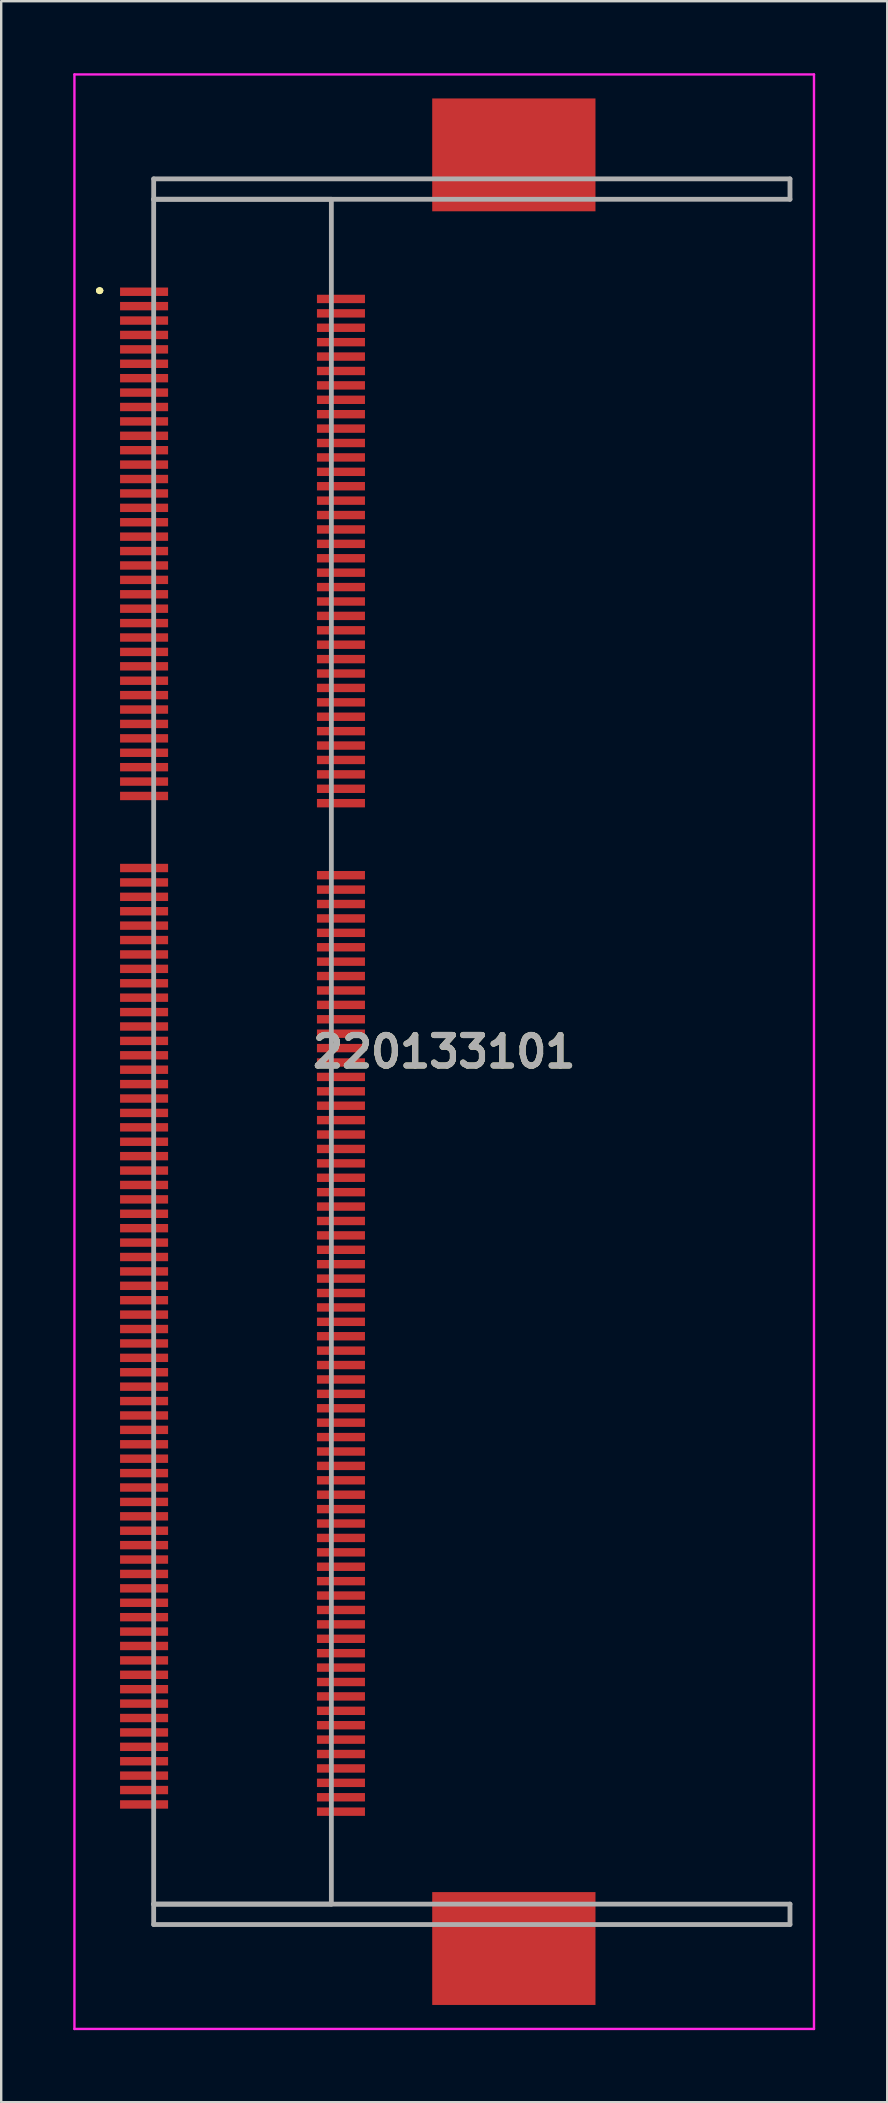
<source format=kicad_pcb>
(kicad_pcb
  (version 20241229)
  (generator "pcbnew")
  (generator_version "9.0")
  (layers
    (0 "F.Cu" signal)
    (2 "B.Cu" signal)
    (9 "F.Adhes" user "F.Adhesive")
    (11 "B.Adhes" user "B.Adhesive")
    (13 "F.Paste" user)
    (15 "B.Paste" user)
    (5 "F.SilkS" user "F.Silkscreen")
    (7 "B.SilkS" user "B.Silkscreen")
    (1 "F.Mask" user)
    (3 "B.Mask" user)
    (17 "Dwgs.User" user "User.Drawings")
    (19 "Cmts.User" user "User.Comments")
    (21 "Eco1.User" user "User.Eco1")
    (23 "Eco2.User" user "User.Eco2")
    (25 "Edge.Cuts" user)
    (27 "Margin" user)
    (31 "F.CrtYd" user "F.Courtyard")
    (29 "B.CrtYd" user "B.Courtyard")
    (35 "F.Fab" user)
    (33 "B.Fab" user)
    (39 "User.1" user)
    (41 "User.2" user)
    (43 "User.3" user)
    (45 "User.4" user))
  (footprint "220133101"
    (layer "F.Cu")
    (at 7.05 40.75)
    (property "Reference" "220133101" (at 8.4 0 0) (layer "F.SilkS") (effects (font (size 1.27 1.27) (thickness 0.254))))
    (attr through_hole)
    (fp_line (start -6 -31.7) (end -6 -31.7) (stroke (width 0.2) (type solid)) (layer "F.SilkS"))
    (fp_line (start -6 -31.7) (end -6 -31.7) (stroke (width 0.2) (type solid)) (layer "F.SilkS"))
    (fp_line (start -5.9 -31.7) (end -5.9 -31.7) (stroke (width 0.2) (type solid)) (layer "F.SilkS"))
    (fp_arc (start -6 -31.7) (mid -5.95 -31.75) (end -5.9 -31.7) (stroke (width 0.2) (type solid)) (layer "F.SilkS"))
    (fp_arc (start -5.9 -31.7) (mid -5.95 -31.65) (end -6 -31.7) (stroke (width 0.2) (type solid)) (layer "F.SilkS"))
    (fp_arc (start -5.9 -31.7) (mid -5.95 -31.65) (end -6 -31.7) (stroke (width 0.2) (type solid)) (layer "F.SilkS"))
    (fp_line (start -7 -40.7) (end 23.8 -40.7) (stroke (width 0.1) (type solid)) (layer "F.CrtYd"))
    (fp_line (start -7 40.7) (end -7 -40.7) (stroke (width 0.1) (type solid)) (layer "F.CrtYd"))
    (fp_line (start 23.8 -40.7) (end 23.8 40.7) (stroke (width 0.1) (type solid)) (layer "F.CrtYd"))
    (fp_line (start 23.8 40.7) (end -7 40.7) (stroke (width 0.1) (type solid)) (layer "F.CrtYd"))
    (fp_line (start -3.7 -36.35) (end -3.7 -35.5) (stroke (width 0.2) (type solid)) (layer "F.Fab"))
    (fp_line (start -3.7 -35.5) (end -3.7 35.5) (stroke (width 0.2) (type solid)) (layer "F.Fab"))
    (fp_line (start -3.7 -35.5) (end 22.8 -35.5) (stroke (width 0.2) (type solid)) (layer "F.Fab"))
    (fp_line (start -3.7 35.5) (end 3.7 35.5) (stroke (width 0.2) (type solid)) (layer "F.Fab"))
    (fp_line (start -3.7 35.5) (end 22.8 35.5) (stroke (width 0.2) (type solid)) (layer "F.Fab"))
    (fp_line (start -3.7 36.35) (end -3.7 35.5) (stroke (width 0.2) (type solid)) (layer "F.Fab"))
    (fp_line (start 3.7 -35.5) (end -3.7 -35.5) (stroke (width 0.2) (type solid)) (layer "F.Fab"))
    (fp_line (start 3.7 35.5) (end 3.7 -35.5) (stroke (width 0.2) (type solid)) (layer "F.Fab"))
    (fp_line (start 22.8 -36.35) (end -3.7 -36.35) (stroke (width 0.2) (type solid)) (layer "F.Fab"))
    (fp_line (start 22.8 -35.5) (end 22.8 -36.35) (stroke (width 0.2) (type solid)) (layer "F.Fab"))
    (fp_line (start 22.8 35.5) (end 22.8 36.35) (stroke (width 0.2) (type solid)) (layer "F.Fab"))
    (fp_line (start 22.8 36.35) (end -3.7 36.35) (stroke (width 0.2) (type solid)) (layer "F.Fab"))
    (fp_text user "${REFERENCE}" (at 8.4 0 0) (layer "F.Fab") (effects (font (size 1.27 1.27) (thickness 0.254))))
    (pad "" np_thru_hole circle (at 0 -33.4) (size 0.001 0.001) (drill 1.65) (layers "*.Cu" "*.Mask"))
    (pad "" np_thru_hole circle (at 0 33.4) (size 0.001 0.001) (drill 1.65) (layers "*.Cu" "*.Mask"))
    (pad "1" smd rect (at -4.1 -31.65 90) (size 0.35 2) (layers "F.Cu" "F.Mask" "F.Paste"))
    (pad "2" smd rect (at 4.1 -31.35 90) (size 0.35 2) (layers "F.Cu" "F.Mask" "F.Paste"))
    (pad "3" smd rect (at -4.1 -31.05 90) (size 0.35 2) (layers "F.Cu" "F.Mask" "F.Paste"))
    (pad "4" smd rect (at 4.1 -30.75 90) (size 0.35 2) (layers "F.Cu" "F.Mask" "F.Paste"))
    (pad "5" smd rect (at -4.1 -30.45 90) (size 0.35 2) (layers "F.Cu" "F.Mask" "F.Paste"))
    (pad "6" smd rect (at 4.1 -30.15 90) (size 0.35 2) (layers "F.Cu" "F.Mask" "F.Paste"))
    (pad "7" smd rect (at -4.1 -29.85 90) (size 0.35 2) (layers "F.Cu" "F.Mask" "F.Paste"))
    (pad "8" smd rect (at 4.1 -29.55 90) (size 0.35 2) (layers "F.Cu" "F.Mask" "F.Paste"))
    (pad "9" smd rect (at -4.1 -29.25 90) (size 0.35 2) (layers "F.Cu" "F.Mask" "F.Paste"))
    (pad "10" smd rect (at 4.1 -28.95 90) (size 0.35 2) (layers "F.Cu" "F.Mask" "F.Paste"))
    (pad "11" smd rect (at -4.1 -28.65 90) (size 0.35 2) (layers "F.Cu" "F.Mask" "F.Paste"))
    (pad "12" smd rect (at 4.1 -28.35 90) (size 0.35 2) (layers "F.Cu" "F.Mask" "F.Paste"))
    (pad "13" smd rect (at -4.1 -28.05 90) (size 0.35 2) (layers "F.Cu" "F.Mask" "F.Paste"))
    (pad "14" smd rect (at 4.1 -27.75 90) (size 0.35 2) (layers "F.Cu" "F.Mask" "F.Paste"))
    (pad "15" smd rect (at -4.1 -27.45 90) (size 0.35 2) (layers "F.Cu" "F.Mask" "F.Paste"))
    (pad "16" smd rect (at 4.1 -27.15 90) (size 0.35 2) (layers "F.Cu" "F.Mask" "F.Paste"))
    (pad "17" smd rect (at -4.1 -26.85 90) (size 0.35 2) (layers "F.Cu" "F.Mask" "F.Paste"))
    (pad "18" smd rect (at 4.1 -26.55 90) (size 0.35 2) (layers "F.Cu" "F.Mask" "F.Paste"))
    (pad "19" smd rect (at -4.1 -26.25 90) (size 0.35 2) (layers "F.Cu" "F.Mask" "F.Paste"))
    (pad "20" smd rect (at 4.1 -25.95 90) (size 0.35 2) (layers "F.Cu" "F.Mask" "F.Paste"))
    (pad "21" smd rect (at -4.1 -25.65 90) (size 0.35 2) (layers "F.Cu" "F.Mask" "F.Paste"))
    (pad "22" smd rect (at 4.1 -25.35 90) (size 0.35 2) (layers "F.Cu" "F.Mask" "F.Paste"))
    (pad "23" smd rect (at -4.1 -25.05 90) (size 0.35 2) (layers "F.Cu" "F.Mask" "F.Paste"))
    (pad "24" smd rect (at 4.1 -24.75 90) (size 0.35 2) (layers "F.Cu" "F.Mask" "F.Paste"))
    (pad "25" smd rect (at -4.1 -24.45 90) (size 0.35 2) (layers "F.Cu" "F.Mask" "F.Paste"))
    (pad "26" smd rect (at 4.1 -24.15 90) (size 0.35 2) (layers "F.Cu" "F.Mask" "F.Paste"))
    (pad "27" smd rect (at -4.1 -23.85 90) (size 0.35 2) (layers "F.Cu" "F.Mask" "F.Paste"))
    (pad "28" smd rect (at 4.1 -23.55 90) (size 0.35 2) (layers "F.Cu" "F.Mask" "F.Paste"))
    (pad "29" smd rect (at -4.1 -23.25 90) (size 0.35 2) (layers "F.Cu" "F.Mask" "F.Paste"))
    (pad "30" smd rect (at 4.1 -22.95 90) (size 0.35 2) (layers "F.Cu" "F.Mask" "F.Paste"))
    (pad "31" smd rect (at -4.1 -22.65 90) (size 0.35 2) (layers "F.Cu" "F.Mask" "F.Paste"))
    (pad "32" smd rect (at 4.1 -22.35 90) (size 0.35 2) (layers "F.Cu" "F.Mask" "F.Paste"))
    (pad "33" smd rect (at -4.1 -22.05 90) (size 0.35 2) (layers "F.Cu" "F.Mask" "F.Paste"))
    (pad "34" smd rect (at 4.1 -21.75 90) (size 0.35 2) (layers "F.Cu" "F.Mask" "F.Paste"))
    (pad "35" smd rect (at -4.1 -21.45 90) (size 0.35 2) (layers "F.Cu" "F.Mask" "F.Paste"))
    (pad "36" smd rect (at 4.1 -21.15 90) (size 0.35 2) (layers "F.Cu" "F.Mask" "F.Paste"))
    (pad "37" smd rect (at -4.1 -20.85 90) (size 0.35 2) (layers "F.Cu" "F.Mask" "F.Paste"))
    (pad "38" smd rect (at 4.1 -20.55 90) (size 0.35 2) (layers "F.Cu" "F.Mask" "F.Paste"))
    (pad "39" smd rect (at -4.1 -20.25 90) (size 0.35 2) (layers "F.Cu" "F.Mask" "F.Paste"))
    (pad "40" smd rect (at 4.1 -19.95 90) (size 0.35 2) (layers "F.Cu" "F.Mask" "F.Paste"))
    (pad "41" smd rect (at -4.1 -19.65 90) (size 0.35 2) (layers "F.Cu" "F.Mask" "F.Paste"))
    (pad "42" smd rect (at 4.1 -19.35 90) (size 0.35 2) (layers "F.Cu" "F.Mask" "F.Paste"))
    (pad "43" smd rect (at -4.1 -19.05 90) (size 0.35 2) (layers "F.Cu" "F.Mask" "F.Paste"))
    (pad "44" smd rect (at 4.1 -18.75 90) (size 0.35 2) (layers "F.Cu" "F.Mask" "F.Paste"))
    (pad "45" smd rect (at -4.1 -18.45 90) (size 0.35 2) (layers "F.Cu" "F.Mask" "F.Paste"))
    (pad "46" smd rect (at 4.1 -18.15 90) (size 0.35 2) (layers "F.Cu" "F.Mask" "F.Paste"))
    (pad "47" smd rect (at -4.1 -17.85 90) (size 0.35 2) (layers "F.Cu" "F.Mask" "F.Paste"))
    (pad "48" smd rect (at 4.1 -17.55 90) (size 0.35 2) (layers "F.Cu" "F.Mask" "F.Paste"))
    (pad "49" smd rect (at -4.1 -17.25 90) (size 0.35 2) (layers "F.Cu" "F.Mask" "F.Paste"))
    (pad "50" smd rect (at 4.1 -16.95 90) (size 0.35 2) (layers "F.Cu" "F.Mask" "F.Paste"))
    (pad "51" smd rect (at -4.1 -16.65 90) (size 0.35 2) (layers "F.Cu" "F.Mask" "F.Paste"))
    (pad "52" smd rect (at 4.1 -16.35 90) (size 0.35 2) (layers "F.Cu" "F.Mask" "F.Paste"))
    (pad "53" smd rect (at -4.1 -16.05 90) (size 0.35 2) (layers "F.Cu" "F.Mask" "F.Paste"))
    (pad "54" smd rect (at 4.1 -15.75 90) (size 0.35 2) (layers "F.Cu" "F.Mask" "F.Paste"))
    (pad "55" smd rect (at -4.1 -15.45 90) (size 0.35 2) (layers "F.Cu" "F.Mask" "F.Paste"))
    (pad "56" smd rect (at 4.1 -15.15 90) (size 0.35 2) (layers "F.Cu" "F.Mask" "F.Paste"))
    (pad "57" smd rect (at -4.1 -14.85 90) (size 0.35 2) (layers "F.Cu" "F.Mask" "F.Paste"))
    (pad "58" smd rect (at 4.1 -14.55 90) (size 0.35 2) (layers "F.Cu" "F.Mask" "F.Paste"))
    (pad "59" smd rect (at -4.1 -14.25 90) (size 0.35 2) (layers "F.Cu" "F.Mask" "F.Paste"))
    (pad "60" smd rect (at 4.1 -13.95 90) (size 0.35 2) (layers "F.Cu" "F.Mask" "F.Paste"))
    (pad "61" smd rect (at -4.1 -13.65 90) (size 0.35 2) (layers "F.Cu" "F.Mask" "F.Paste"))
    (pad "62" smd rect (at 4.1 -13.35 90) (size 0.35 2) (layers "F.Cu" "F.Mask" "F.Paste"))
    (pad "63" smd rect (at -4.1 -13.05 90) (size 0.35 2) (layers "F.Cu" "F.Mask" "F.Paste"))
    (pad "64" smd rect (at 4.1 -12.75 90) (size 0.35 2) (layers "F.Cu" "F.Mask" "F.Paste"))
    (pad "65" smd rect (at -4.1 -12.45 90) (size 0.35 2) (layers "F.Cu" "F.Mask" "F.Paste"))
    (pad "66" smd rect (at 4.1 -12.15 90) (size 0.35 2) (layers "F.Cu" "F.Mask" "F.Paste"))
    (pad "67" smd rect (at -4.1 -11.85 90) (size 0.35 2) (layers "F.Cu" "F.Mask" "F.Paste"))
    (pad "68" smd rect (at 4.1 -11.55 90) (size 0.35 2) (layers "F.Cu" "F.Mask" "F.Paste"))
    (pad "69" smd rect (at -4.1 -11.25 90) (size 0.35 2) (layers "F.Cu" "F.Mask" "F.Paste"))
    (pad "70" smd rect (at 4.1 -10.95 90) (size 0.35 2) (layers "F.Cu" "F.Mask" "F.Paste"))
    (pad "71" smd rect (at -4.1 -10.65 90) (size 0.35 2) (layers "F.Cu" "F.Mask" "F.Paste"))
    (pad "72" smd rect (at 4.1 -10.35 90) (size 0.35 2) (layers "F.Cu" "F.Mask" "F.Paste"))
    (pad "73" smd rect (at -4.1 -7.65 90) (size 0.35 2) (layers "F.Cu" "F.Mask" "F.Paste"))
    (pad "74" smd rect (at 4.1 -7.35 90) (size 0.35 2) (layers "F.Cu" "F.Mask" "F.Paste"))
    (pad "75" smd rect (at -4.1 -7.05 90) (size 0.35 2) (layers "F.Cu" "F.Mask" "F.Paste"))
    (pad "76" smd rect (at 4.1 -6.75 90) (size 0.35 2) (layers "F.Cu" "F.Mask" "F.Paste"))
    (pad "77" smd rect (at -4.1 -6.45 90) (size 0.35 2) (layers "F.Cu" "F.Mask" "F.Paste"))
    (pad "78" smd rect (at 4.1 -6.15 90) (size 0.35 2) (layers "F.Cu" "F.Mask" "F.Paste"))
    (pad "79" smd rect (at -4.1 -5.85 90) (size 0.35 2) (layers "F.Cu" "F.Mask" "F.Paste"))
    (pad "80" smd rect (at 4.1 -5.55 90) (size 0.35 2) (layers "F.Cu" "F.Mask" "F.Paste"))
    (pad "81" smd rect (at -4.1 -5.25 90) (size 0.35 2) (layers "F.Cu" "F.Mask" "F.Paste"))
    (pad "82" smd rect (at 4.1 -4.95 90) (size 0.35 2) (layers "F.Cu" "F.Mask" "F.Paste"))
    (pad "83" smd rect (at -4.1 -4.65 90) (size 0.35 2) (layers "F.Cu" "F.Mask" "F.Paste"))
    (pad "84" smd rect (at 4.1 -4.35 90) (size 0.35 2) (layers "F.Cu" "F.Mask" "F.Paste"))
    (pad "85" smd rect (at -4.1 -4.05 90) (size 0.35 2) (layers "F.Cu" "F.Mask" "F.Paste"))
    (pad "86" smd rect (at 4.1 -3.75 90) (size 0.35 2) (layers "F.Cu" "F.Mask" "F.Paste"))
    (pad "87" smd rect (at -4.1 -3.45 90) (size 0.35 2) (layers "F.Cu" "F.Mask" "F.Paste"))
    (pad "88" smd rect (at 4.1 -3.15 90) (size 0.35 2) (layers "F.Cu" "F.Mask" "F.Paste"))
    (pad "89" smd rect (at -4.1 -2.85 90) (size 0.35 2) (layers "F.Cu" "F.Mask" "F.Paste"))
    (pad "90" smd rect (at 4.1 -2.55 90) (size 0.35 2) (layers "F.Cu" "F.Mask" "F.Paste"))
    (pad "91" smd rect (at -4.1 -2.25 90) (size 0.35 2) (layers "F.Cu" "F.Mask" "F.Paste"))
    (pad "92" smd rect (at 4.1 -1.95 90) (size 0.35 2) (layers "F.Cu" "F.Mask" "F.Paste"))
    (pad "93" smd rect (at -4.1 -1.65 90) (size 0.35 2) (layers "F.Cu" "F.Mask" "F.Paste"))
    (pad "94" smd rect (at 4.1 -1.35 90) (size 0.35 2) (layers "F.Cu" "F.Mask" "F.Paste"))
    (pad "95" smd rect (at -4.1 -1.05 90) (size 0.35 2) (layers "F.Cu" "F.Mask" "F.Paste"))
    (pad "96" smd rect (at 4.1 -0.75 90) (size 0.35 2) (layers "F.Cu" "F.Mask" "F.Paste"))
    (pad "97" smd rect (at -4.1 -0.45 90) (size 0.35 2) (layers "F.Cu" "F.Mask" "F.Paste"))
    (pad "98" smd rect (at 4.1 -0.15 90) (size 0.35 2) (layers "F.Cu" "F.Mask" "F.Paste"))
    (pad "99" smd rect (at -4.1 0.15 90) (size 0.35 2) (layers "F.Cu" "F.Mask" "F.Paste"))
    (pad "100" smd rect (at 4.1 0.45 90) (size 0.35 2) (layers "F.Cu" "F.Mask" "F.Paste"))
    (pad "101" smd rect (at -4.1 0.75 90) (size 0.35 2) (layers "F.Cu" "F.Mask" "F.Paste"))
    (pad "102" smd rect (at 4.1 1.05 90) (size 0.35 2) (layers "F.Cu" "F.Mask" "F.Paste"))
    (pad "103" smd rect (at -4.1 1.35 90) (size 0.35 2) (layers "F.Cu" "F.Mask" "F.Paste"))
    (pad "104" smd rect (at 4.1 1.65 90) (size 0.35 2) (layers "F.Cu" "F.Mask" "F.Paste"))
    (pad "105" smd rect (at -4.1 1.95 90) (size 0.35 2) (layers "F.Cu" "F.Mask" "F.Paste"))
    (pad "106" smd rect (at 4.1 2.25 90) (size 0.35 2) (layers "F.Cu" "F.Mask" "F.Paste"))
    (pad "107" smd rect (at -4.1 2.55 90) (size 0.35 2) (layers "F.Cu" "F.Mask" "F.Paste"))
    (pad "108" smd rect (at 4.1 2.85 90) (size 0.35 2) (layers "F.Cu" "F.Mask" "F.Paste"))
    (pad "109" smd rect (at -4.1 3.15 90) (size 0.35 2) (layers "F.Cu" "F.Mask" "F.Paste"))
    (pad "110" smd rect (at 4.1 3.45 90) (size 0.35 2) (layers "F.Cu" "F.Mask" "F.Paste"))
    (pad "111" smd rect (at -4.1 3.75 90) (size 0.35 2) (layers "F.Cu" "F.Mask" "F.Paste"))
    (pad "112" smd rect (at 4.1 4.05 90) (size 0.35 2) (layers "F.Cu" "F.Mask" "F.Paste"))
    (pad "113" smd rect (at -4.1 4.35 90) (size 0.35 2) (layers "F.Cu" "F.Mask" "F.Paste"))
    (pad "114" smd rect (at 4.1 4.65 90) (size 0.35 2) (layers "F.Cu" "F.Mask" "F.Paste"))
    (pad "115" smd rect (at -4.1 4.95 90) (size 0.35 2) (layers "F.Cu" "F.Mask" "F.Paste"))
    (pad "116" smd rect (at 4.1 5.25 90) (size 0.35 2) (layers "F.Cu" "F.Mask" "F.Paste"))
    (pad "117" smd rect (at -4.1 5.55 90) (size 0.35 2) (layers "F.Cu" "F.Mask" "F.Paste"))
    (pad "118" smd rect (at 4.1 5.85 90) (size 0.35 2) (layers "F.Cu" "F.Mask" "F.Paste"))
    (pad "119" smd rect (at -4.1 6.15 90) (size 0.35 2) (layers "F.Cu" "F.Mask" "F.Paste"))
    (pad "120" smd rect (at 4.1 6.45 90) (size 0.35 2) (layers "F.Cu" "F.Mask" "F.Paste"))
    (pad "121" smd rect (at -4.1 6.75 90) (size 0.35 2) (layers "F.Cu" "F.Mask" "F.Paste"))
    (pad "122" smd rect (at 4.1 7.05 90) (size 0.35 2) (layers "F.Cu" "F.Mask" "F.Paste"))
    (pad "123" smd rect (at -4.1 7.35 90) (size 0.35 2) (layers "F.Cu" "F.Mask" "F.Paste"))
    (pad "124" smd rect (at 4.1 7.65 90) (size 0.35 2) (layers "F.Cu" "F.Mask" "F.Paste"))
    (pad "125" smd rect (at -4.1 7.95 90) (size 0.35 2) (layers "F.Cu" "F.Mask" "F.Paste"))
    (pad "126" smd rect (at 4.1 8.25 90) (size 0.35 2) (layers "F.Cu" "F.Mask" "F.Paste"))
    (pad "127" smd rect (at -4.1 8.55 90) (size 0.35 2) (layers "F.Cu" "F.Mask" "F.Paste"))
    (pad "128" smd rect (at 4.1 8.85 90) (size 0.35 2) (layers "F.Cu" "F.Mask" "F.Paste"))
    (pad "129" smd rect (at -4.1 9.15 90) (size 0.35 2) (layers "F.Cu" "F.Mask" "F.Paste"))
    (pad "130" smd rect (at 4.1 9.45 90) (size 0.35 2) (layers "F.Cu" "F.Mask" "F.Paste"))
    (pad "131" smd rect (at -4.1 9.75 90) (size 0.35 2) (layers "F.Cu" "F.Mask" "F.Paste"))
    (pad "132" smd rect (at 4.1 10.05 90) (size 0.35 2) (layers "F.Cu" "F.Mask" "F.Paste"))
    (pad "133" smd rect (at -4.1 10.35 90) (size 0.35 2) (layers "F.Cu" "F.Mask" "F.Paste"))
    (pad "134" smd rect (at 4.1 10.65 90) (size 0.35 2) (layers "F.Cu" "F.Mask" "F.Paste"))
    (pad "135" smd rect (at -4.1 10.95 90) (size 0.35 2) (layers "F.Cu" "F.Mask" "F.Paste"))
    (pad "136" smd rect (at 4.1 11.25 90) (size 0.35 2) (layers "F.Cu" "F.Mask" "F.Paste"))
    (pad "137" smd rect (at -4.1 11.55 90) (size 0.35 2) (layers "F.Cu" "F.Mask" "F.Paste"))
    (pad "138" smd rect (at 4.1 11.85 90) (size 0.35 2) (layers "F.Cu" "F.Mask" "F.Paste"))
    (pad "139" smd rect (at -4.1 12.15 90) (size 0.35 2) (layers "F.Cu" "F.Mask" "F.Paste"))
    (pad "140" smd rect (at 4.1 12.45 90) (size 0.35 2) (layers "F.Cu" "F.Mask" "F.Paste"))
    (pad "141" smd rect (at -4.1 12.75 90) (size 0.35 2) (layers "F.Cu" "F.Mask" "F.Paste"))
    (pad "142" smd rect (at 4.1 13.05 90) (size 0.35 2) (layers "F.Cu" "F.Mask" "F.Paste"))
    (pad "143" smd rect (at -4.1 13.35 90) (size 0.35 2) (layers "F.Cu" "F.Mask" "F.Paste"))
    (pad "144" smd rect (at 4.1 13.65 90) (size 0.35 2) (layers "F.Cu" "F.Mask" "F.Paste"))
    (pad "145" smd rect (at -4.1 13.95 90) (size 0.35 2) (layers "F.Cu" "F.Mask" "F.Paste"))
    (pad "146" smd rect (at 4.1 14.25 90) (size 0.35 2) (layers "F.Cu" "F.Mask" "F.Paste"))
    (pad "147" smd rect (at -4.1 14.55 90) (size 0.35 2) (layers "F.Cu" "F.Mask" "F.Paste"))
    (pad "148" smd rect (at 4.1 14.85 90) (size 0.35 2) (layers "F.Cu" "F.Mask" "F.Paste"))
    (pad "149" smd rect (at -4.1 15.15 90) (size 0.35 2) (layers "F.Cu" "F.Mask" "F.Paste"))
    (pad "150" smd rect (at 4.1 15.45 90) (size 0.35 2) (layers "F.Cu" "F.Mask" "F.Paste"))
    (pad "151" smd rect (at -4.1 15.75 90) (size 0.35 2) (layers "F.Cu" "F.Mask" "F.Paste"))
    (pad "152" smd rect (at 4.1 16.05 90) (size 0.35 2) (layers "F.Cu" "F.Mask" "F.Paste"))
    (pad "153" smd rect (at -4.1 16.35 90) (size 0.35 2) (layers "F.Cu" "F.Mask" "F.Paste"))
    (pad "154" smd rect (at 4.1 16.65 90) (size 0.35 2) (layers "F.Cu" "F.Mask" "F.Paste"))
    (pad "155" smd rect (at -4.1 16.95 90) (size 0.35 2) (layers "F.Cu" "F.Mask" "F.Paste"))
    (pad "156" smd rect (at 4.1 17.25 90) (size 0.35 2) (layers "F.Cu" "F.Mask" "F.Paste"))
    (pad "157" smd rect (at -4.1 17.55 90) (size 0.35 2) (layers "F.Cu" "F.Mask" "F.Paste"))
    (pad "158" smd rect (at 4.1 17.85 90) (size 0.35 2) (layers "F.Cu" "F.Mask" "F.Paste"))
    (pad "159" smd rect (at -4.1 18.15 90) (size 0.35 2) (layers "F.Cu" "F.Mask" "F.Paste"))
    (pad "160" smd rect (at 4.1 18.45 90) (size 0.35 2) (layers "F.Cu" "F.Mask" "F.Paste"))
    (pad "161" smd rect (at -4.1 18.75 90) (size 0.35 2) (layers "F.Cu" "F.Mask" "F.Paste"))
    (pad "162" smd rect (at 4.1 19.05 90) (size 0.35 2) (layers "F.Cu" "F.Mask" "F.Paste"))
    (pad "163" smd rect (at -4.1 19.35 90) (size 0.35 2) (layers "F.Cu" "F.Mask" "F.Paste"))
    (pad "164" smd rect (at 4.1 19.65 90) (size 0.35 2) (layers "F.Cu" "F.Mask" "F.Paste"))
    (pad "165" smd rect (at -4.1 19.95 90) (size 0.35 2) (layers "F.Cu" "F.Mask" "F.Paste"))
    (pad "166" smd rect (at 4.1 20.25 90) (size 0.35 2) (layers "F.Cu" "F.Mask" "F.Paste"))
    (pad "167" smd rect (at -4.1 20.55 90) (size 0.35 2) (layers "F.Cu" "F.Mask" "F.Paste"))
    (pad "168" smd rect (at 4.1 20.85 90) (size 0.35 2) (layers "F.Cu" "F.Mask" "F.Paste"))
    (pad "169" smd rect (at -4.1 21.15 90) (size 0.35 2) (layers "F.Cu" "F.Mask" "F.Paste"))
    (pad "170" smd rect (at 4.1 21.45 90) (size 0.35 2) (layers "F.Cu" "F.Mask" "F.Paste"))
    (pad "171" smd rect (at -4.1 21.75 90) (size 0.35 2) (layers "F.Cu" "F.Mask" "F.Paste"))
    (pad "172" smd rect (at 4.1 22.05 90) (size 0.35 2) (layers "F.Cu" "F.Mask" "F.Paste"))
    (pad "173" smd rect (at -4.1 22.35 90) (size 0.35 2) (layers "F.Cu" "F.Mask" "F.Paste"))
    (pad "174" smd rect (at 4.1 22.65 90) (size 0.35 2) (layers "F.Cu" "F.Mask" "F.Paste"))
    (pad "175" smd rect (at -4.1 22.95 90) (size 0.35 2) (layers "F.Cu" "F.Mask" "F.Paste"))
    (pad "176" smd rect (at 4.1 23.25 90) (size 0.35 2) (layers "F.Cu" "F.Mask" "F.Paste"))
    (pad "177" smd rect (at -4.1 23.55 90) (size 0.35 2) (layers "F.Cu" "F.Mask" "F.Paste"))
    (pad "178" smd rect (at 4.1 23.85 90) (size 0.35 2) (layers "F.Cu" "F.Mask" "F.Paste"))
    (pad "179" smd rect (at -4.1 24.15 90) (size 0.35 2) (layers "F.Cu" "F.Mask" "F.Paste"))
    (pad "180" smd rect (at 4.1 24.45 90) (size 0.35 2) (layers "F.Cu" "F.Mask" "F.Paste"))
    (pad "181" smd rect (at -4.1 24.75 90) (size 0.35 2) (layers "F.Cu" "F.Mask" "F.Paste"))
    (pad "182" smd rect (at 4.1 25.05 90) (size 0.35 2) (layers "F.Cu" "F.Mask" "F.Paste"))
    (pad "183" smd rect (at -4.1 25.35 90) (size 0.35 2) (layers "F.Cu" "F.Mask" "F.Paste"))
    (pad "184" smd rect (at 4.1 25.65 90) (size 0.35 2) (layers "F.Cu" "F.Mask" "F.Paste"))
    (pad "185" smd rect (at -4.1 25.95 90) (size 0.35 2) (layers "F.Cu" "F.Mask" "F.Paste"))
    (pad "186" smd rect (at 4.1 26.25 90) (size 0.35 2) (layers "F.Cu" "F.Mask" "F.Paste"))
    (pad "187" smd rect (at -4.1 26.55 90) (size 0.35 2) (layers "F.Cu" "F.Mask" "F.Paste"))
    (pad "188" smd rect (at 4.1 26.85 90) (size 0.35 2) (layers "F.Cu" "F.Mask" "F.Paste"))
    (pad "189" smd rect (at -4.1 27.15 90) (size 0.35 2) (layers "F.Cu" "F.Mask" "F.Paste"))
    (pad "190" smd rect (at 4.1 27.45 90) (size 0.35 2) (layers "F.Cu" "F.Mask" "F.Paste"))
    (pad "191" smd rect (at -4.1 27.75 90) (size 0.35 2) (layers "F.Cu" "F.Mask" "F.Paste"))
    (pad "192" smd rect (at 4.1 28.05 90) (size 0.35 2) (layers "F.Cu" "F.Mask" "F.Paste"))
    (pad "193" smd rect (at -4.1 28.35 90) (size 0.35 2) (layers "F.Cu" "F.Mask" "F.Paste"))
    (pad "194" smd rect (at 4.1 28.65 90) (size 0.35 2) (layers "F.Cu" "F.Mask" "F.Paste"))
    (pad "195" smd rect (at -4.1 28.95 90) (size 0.35 2) (layers "F.Cu" "F.Mask" "F.Paste"))
    (pad "196" smd rect (at 4.1 29.25 90) (size 0.35 2) (layers "F.Cu" "F.Mask" "F.Paste"))
    (pad "197" smd rect (at -4.1 29.55 90) (size 0.35 2) (layers "F.Cu" "F.Mask" "F.Paste"))
    (pad "198" smd rect (at 4.1 29.85 90) (size 0.35 2) (layers "F.Cu" "F.Mask" "F.Paste"))
    (pad "199" smd rect (at -4.1 30.15 90) (size 0.35 2) (layers "F.Cu" "F.Mask" "F.Paste"))
    (pad "200" smd rect (at 4.1 30.45 90) (size 0.35 2) (layers "F.Cu" "F.Mask" "F.Paste"))
    (pad "201" smd rect (at -4.1 30.75 90) (size 0.35 2) (layers "F.Cu" "F.Mask" "F.Paste"))
    (pad "202" smd rect (at 4.1 31.05 90) (size 0.35 2) (layers "F.Cu" "F.Mask" "F.Paste"))
    (pad "203" smd rect (at -4.1 31.35 90) (size 0.35 2) (layers "F.Cu" "F.Mask" "F.Paste"))
    (pad "204" smd rect (at 4.1 31.65 90) (size 0.35 2) (layers "F.Cu" "F.Mask" "F.Paste"))
    (pad "MP1" smd rect (at 11.3 -37.35 90) (size 4.7 6.8) (layers "F.Cu" "F.Mask" "F.Paste"))
    (pad "MP2" smd rect (at 11.3 37.35 90) (size 4.7 6.8) (layers "F.Cu" "F.Mask" "F.Paste")))
  (gr_rect
    (start -3 -3)
    (end 33.9 84.5)
    (stroke (width 0.1) (type default))
    (fill no)
    (layer "Edge.Cuts")))
</source>
